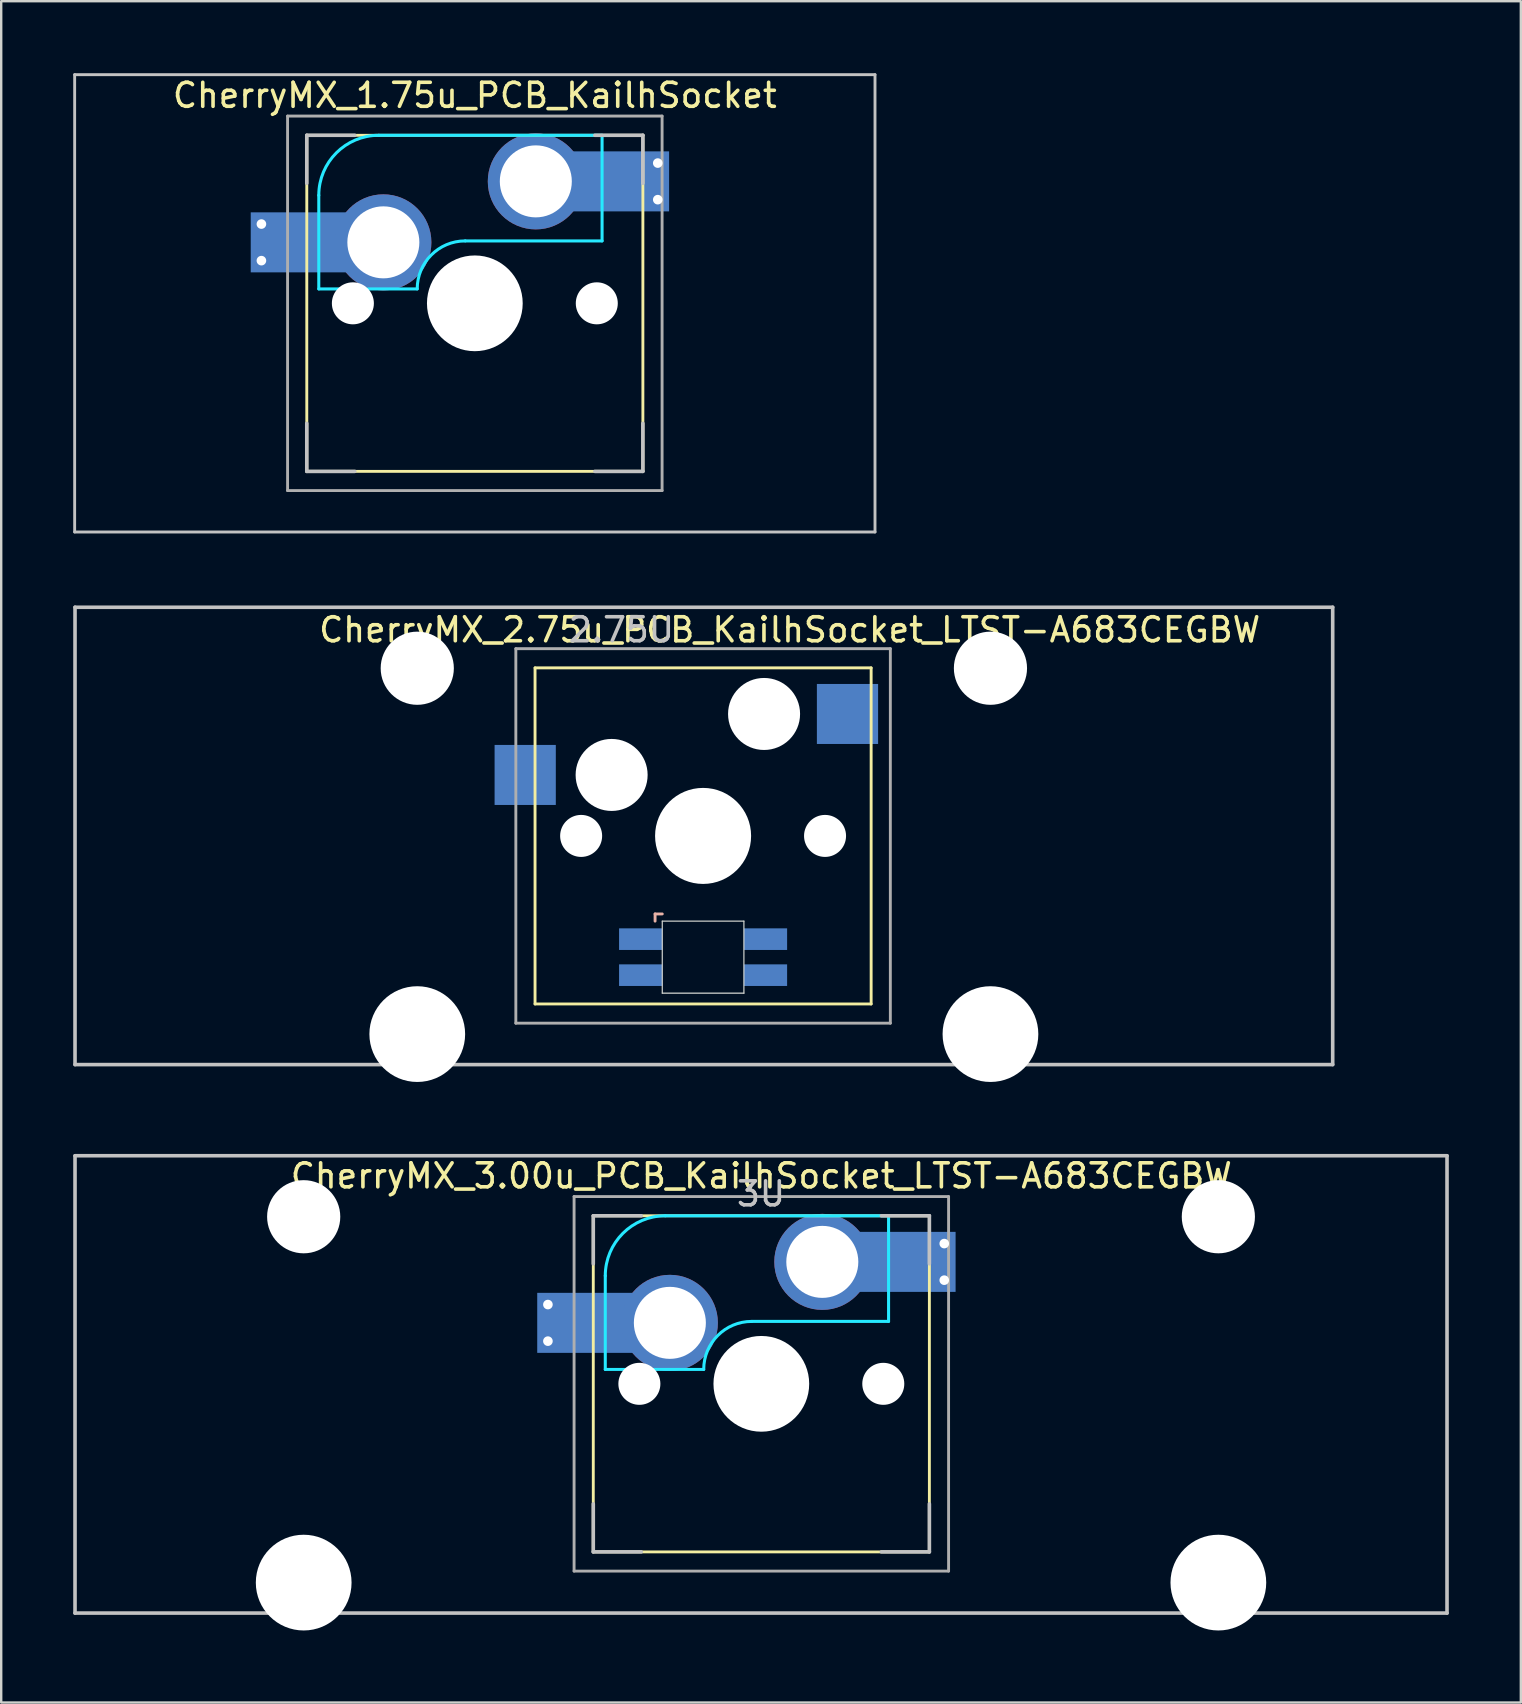
<source format=kicad_pcb>
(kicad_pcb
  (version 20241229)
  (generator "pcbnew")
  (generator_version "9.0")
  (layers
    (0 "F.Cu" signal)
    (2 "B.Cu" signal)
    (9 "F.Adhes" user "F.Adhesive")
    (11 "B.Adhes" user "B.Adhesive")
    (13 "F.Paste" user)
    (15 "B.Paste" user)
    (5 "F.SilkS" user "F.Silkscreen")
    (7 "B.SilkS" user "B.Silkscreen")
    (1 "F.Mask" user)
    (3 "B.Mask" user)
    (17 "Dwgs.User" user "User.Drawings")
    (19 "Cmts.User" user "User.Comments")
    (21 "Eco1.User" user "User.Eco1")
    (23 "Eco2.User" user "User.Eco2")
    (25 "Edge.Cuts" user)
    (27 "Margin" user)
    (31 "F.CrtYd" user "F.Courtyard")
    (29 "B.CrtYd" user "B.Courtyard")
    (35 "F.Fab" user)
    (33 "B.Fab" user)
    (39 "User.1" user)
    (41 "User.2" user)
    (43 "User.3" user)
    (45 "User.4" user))
  (footprint "CherryMX_2.75u_PCB_KailhSocket_LTST-A683CEGBW"
    (layer "F.Cu")
    (at 26.237 31.77)
    (property "Reference" "CherryMX_2.75u_PCB_KailhSocket_LTST-A683CEGBW" (at 3.607 -8.585 0) (layer "F.SilkS") (effects (font (size 1 1) (thickness 0.15))))
    (attr through_hole)
    (fp_line (start -7 -7) (end -7 7) (stroke (width 0.12) (type solid)) (layer "F.SilkS"))
    (fp_line (start -7 -7) (end 7 -7) (stroke (width 0.12) (type solid)) (layer "F.SilkS"))
    (fp_line (start 7 -7) (end 7 7) (stroke (width 0.12) (type solid)) (layer "F.SilkS"))
    (fp_line (start 7 7) (end -7 7) (stroke (width 0.12) (type solid)) (layer "F.SilkS"))
    (fp_line (start -2 3.25) (end -2 3.55) (stroke (width 0.12) (type solid)) (layer "B.SilkS"))
    (fp_line (start -1.7 3.25) (end -2 3.25) (stroke (width 0.12) (type solid)) (layer "B.SilkS"))
    (fp_line (start -26.162 -9.525) (end -26.162 9.525) (stroke (width 0.15) (type solid)) (layer "Dwgs.User"))
    (fp_line (start -26.162 -9.525) (end 26.226 -9.525) (stroke (width 0.15) (type solid)) (layer "Dwgs.User"))
    (fp_line (start -26.162 9.525) (end 26.226 9.525) (stroke (width 0.15) (type solid)) (layer "Dwgs.User"))
    (fp_line (start 26.226 -9.525) (end 26.226 9.525) (stroke (width 0.15) (type solid)) (layer "Dwgs.User"))
    (fp_line (start -1.7 3.55) (end 1.7 3.55) (stroke (width 0.05) (type solid)) (layer "Edge.Cuts"))
    (fp_line (start -1.7 6.55) (end -1.7 3.55) (stroke (width 0.05) (type solid)) (layer "Edge.Cuts"))
    (fp_line (start 1.7 3.55) (end 1.7 6.55) (stroke (width 0.05) (type solid)) (layer "Edge.Cuts"))
    (fp_line (start 1.7 6.55) (end -1.7 6.55) (stroke (width 0.05) (type solid)) (layer "Edge.Cuts"))
    (fp_line (start -7.8 -7.8) (end -7.8 7.8) (stroke (width 0.12) (type solid)) (layer "F.Fab"))
    (fp_line (start -7.8 -7.8) (end 7.8 -7.8) (stroke (width 0.12) (type solid)) (layer "F.Fab"))
    (fp_line (start -7.8 7.8) (end 7.8 7.8) (stroke (width 0.12) (type solid)) (layer "F.Fab"))
    (fp_line (start 7.8 -7.8) (end 7.8 7.8) (stroke (width 0.12) (type solid)) (layer "F.Fab"))
    (fp_text user "2.75U" (at -3.404 -8.585 0) (layer "Dwgs.User") (effects (font (size 1 1) (thickness 0.15))))
    (pad "" np_thru_hole circle (at -11.906 -6.985) (size 3.048 3.048) (drill 3.048) (layers "*.Cu" "*.Mask"))
    (pad "" np_thru_hole circle (at -11.906 8.255) (size 3.988 3.988) (drill 3.988) (layers "*.Cu" "*.Mask"))
    (pad "" np_thru_hole circle (at -5.08 0) (size 1.75 1.75) (drill 1.75) (layers "*.Cu" "*.Mask"))
    (pad "" np_thru_hole circle (at -3.81 -2.54) (size 3 3) (drill 3) (layers "*.Cu" "*.Mask"))
    (pad "" np_thru_hole circle (at 0 0) (size 4 4) (drill 4) (layers "*.Cu" "*.Mask"))
    (pad "" np_thru_hole circle (at 2.54 -5.08) (size 3 3) (drill 3) (layers "*.Cu" "*.Mask"))
    (pad "" np_thru_hole circle (at 5.08 0) (size 1.75 1.75) (drill 1.75) (layers "*.Cu" "*.Mask"))
    (pad "" np_thru_hole circle (at 11.97 -6.985) (size 3.048 3.048) (drill 3.048) (layers "*.Cu" "*.Mask"))
    (pad "" np_thru_hole circle (at 11.97 8.255) (size 3.988 3.988) (drill 3.988) (layers "*.Cu" "*.Mask"))
    (pad "1" smd rect (at -7.41 -2.54) (size 2.55 2.5) (layers "B.Cu" "B.Mask" "B.Paste"))
    (pad "2" smd rect (at 6.015 -5.08) (size 2.55 2.5) (layers "B.Cu" "B.Mask" "B.Paste"))
    (pad "3" smd rect (at -2.6 4.3) (size 1.8 0.9) (layers "B.Cu" "B.Mask" "B.Paste"))
    (pad "4" smd rect (at -2.6 5.8) (size 1.8 0.9) (layers "B.Cu" "B.Mask" "B.Paste"))
    (pad "5" smd rect (at 2.6 4.3) (size 1.8 0.9) (layers "B.Cu" "B.Mask" "B.Paste"))
    (pad "6" smd rect (at 2.6 5.8) (size 1.8 0.9) (layers "B.Cu" "B.Mask" "B.Paste")))
  (footprint "CherryMX_3.00u_PCB_KailhSocket_LTST-A683CEGBW"
    (layer "F.Cu")
    (at 28.663 54.593)
    (property "Reference" "CherryMX_3.00u_PCB_KailhSocket_LTST-A683CEGBW" (at 0 -8.662 0) (layer "F.SilkS") (effects (font (size 1 1) (thickness 0.15))))
    (attr through_hole)
    (fp_line (start -7 -7) (end -7 7) (stroke (width 0.12) (type solid)) (layer "F.SilkS"))
    (fp_line (start -7 -7) (end 7 -7) (stroke (width 0.12) (type solid)) (layer "F.SilkS"))
    (fp_line (start 7 -7) (end 7 7) (stroke (width 0.12) (type solid)) (layer "F.SilkS"))
    (fp_line (start 7 7) (end -7 7) (stroke (width 0.12) (type solid)) (layer "F.SilkS"))
    (fp_line (start -28.588 -9.5) (end 28.562 -9.5) (stroke (width 0.15) (type solid)) (layer "Dwgs.User"))
    (fp_line (start -28.588 9.55) (end -28.588 -9.5) (stroke (width 0.15) (type solid)) (layer "Dwgs.User"))
    (fp_line (start -28.588 9.55) (end 28.562 9.55) (stroke (width 0.15) (type solid)) (layer "Dwgs.User"))
    (fp_line (start -7 -7) (end -7 -5) (stroke (width 0.15) (type solid)) (layer "Dwgs.User"))
    (fp_line (start -7 5) (end -7 7) (stroke (width 0.15) (type solid)) (layer "Dwgs.User"))
    (fp_line (start -7 7) (end -5 7) (stroke (width 0.15) (type solid)) (layer "Dwgs.User"))
    (fp_line (start -5 -7) (end -7 -7) (stroke (width 0.15) (type solid)) (layer "Dwgs.User"))
    (fp_line (start 5 -7) (end 7 -7) (stroke (width 0.15) (type solid)) (layer "Dwgs.User"))
    (fp_line (start 5 7) (end 7 7) (stroke (width 0.15) (type solid)) (layer "Dwgs.User"))
    (fp_line (start 7 -7) (end 7 -5) (stroke (width 0.15) (type solid)) (layer "Dwgs.User"))
    (fp_line (start 7 7) (end 7 5) (stroke (width 0.15) (type solid)) (layer "Dwgs.User"))
    (fp_line (start 28.562 -9.5) (end 28.562 9.55) (stroke (width 0.15) (type solid)) (layer "Dwgs.User"))
    (fp_line (start -6.5 -4.5) (end -6.5 -0.6) (stroke (width 0.127) (type solid)) (layer "B.CrtYd"))
    (fp_line (start -6.5 -0.6) (end -2.4 -0.6) (stroke (width 0.127) (type solid)) (layer "B.CrtYd"))
    (fp_line (start -0.4 -2.6) (end 5.3 -2.6) (stroke (width 0.127) (type solid)) (layer "B.CrtYd"))
    (fp_line (start 5.3 -7) (end -4 -7) (stroke (width 0.127) (type solid)) (layer "B.CrtYd"))
    (fp_line (start 5.3 -7) (end 5.3 -2.6) (stroke (width 0.127) (type solid)) (layer "B.CrtYd"))
    (fp_arc (start -6.5 -4.5) (mid -5.767767 -6.267767) (end -4 -7) (stroke (width 0.127) (type solid)) (layer "B.CrtYd"))
    (fp_arc (start -2.4 -0.6) (mid -1.814214 -2.014214) (end -0.4 -2.6) (stroke (width 0.127) (type solid)) (layer "B.CrtYd"))
    (fp_line (start -7.8 -7.8) (end -7.8 7.8) (stroke (width 0.12) (type solid)) (layer "F.Fab"))
    (fp_line (start -7.8 -7.8) (end 7.8 -7.8) (stroke (width 0.12) (type solid)) (layer "F.Fab"))
    (fp_line (start -7.8 7.8) (end 7.8 7.8) (stroke (width 0.12) (type solid)) (layer "F.Fab"))
    (fp_line (start 7.8 -7.8) (end 7.8 7.8) (stroke (width 0.12) (type solid)) (layer "F.Fab"))
    (fp_text user "3U" (at -0.013 -7.912 0) (layer "Dwgs.User") (effects (font (size 1 1) (thickness 0.15))))
    (pad "" np_thru_hole circle (at -19.063 -6.96) (size 3.048 3.048) (drill 3.048) (layers "*.Cu" "*.Mask"))
    (pad "" np_thru_hole circle (at -19.063 8.28) (size 3.988 3.988) (drill 3.988) (layers "*.Cu" "*.Mask"))
    (pad "" smd rect (at -7.085 -2.54) (size 2.55 2.5) (layers "B.Mask" "B.Paste"))
    (pad "" np_thru_hole circle (at -5.08 0 48.1) (size 1.75 1.75) (drill 1.75) (layers "*.Cu" "*.Mask"))
    (pad "" np_thru_hole circle (at 0 0) (size 3.988 3.988) (drill 3.988) (layers "*.Cu" "*.Mask"))
    (pad "" np_thru_hole circle (at 5.08 0 48.1) (size 1.75 1.75) (drill 1.75) (layers "*.Cu" "*.Mask"))
    (pad "" smd rect (at 5.815 -5.08) (size 2.55 2.5) (layers "B.Mask" "B.Paste"))
    (pad "" np_thru_hole circle (at 19.037 -6.96) (size 3.048 3.048) (drill 3.048) (layers "*.Cu" "*.Mask"))
    (pad "" np_thru_hole circle (at 19.037 8.28) (size 3.988 3.988) (drill 3.988) (layers "*.Cu" "*.Mask"))
    (pad "1" thru_hole circle (at -8.89 -3.302) (size 0.8 0.8) (drill 0.4) (layers "*.Cu"))
    (pad "1" thru_hole circle (at -8.89 -1.778) (size 0.8 0.8) (drill 0.4) (layers "*.Cu"))
    (pad "1" smd rect (at -7.085 -2.54) (size 4.5 2.5) (layers "B.Cu"))
    (pad "1" thru_hole circle (at -3.81 -2.54) (size 4 4) (drill 3) (layers "*.Cu"))
    (pad "2" thru_hole circle (at 2.54 -5.08) (size 4 4) (drill 3) (layers "*.Cu"))
    (pad "2" smd rect (at 5.842 -5.08) (size 4.5 2.5) (layers "B.Cu"))
    (pad "2" thru_hole circle (at 7.62 -5.842) (size 0.8 0.8) (drill 0.4) (layers "*.Cu"))
    (pad "2" thru_hole circle (at 7.62 -4.318) (size 0.8 0.8) (drill 0.4) (layers "*.Cu")))
  (footprint "CherryMX_1.75u_PCB_KailhSocket"
    (layer "F.Cu")
    (at 16.729 9.585)
    (property "Reference" "CherryMX_1.75u_PCB_KailhSocket" (at 0 -8.662 0) (layer "F.SilkS") (effects (font (size 1 1) (thickness 0.15))))
    (attr through_hole)
    (fp_line (start -7 -7) (end -7 7) (stroke (width 0.12) (type solid)) (layer "F.SilkS"))
    (fp_line (start -7 -7) (end 7 -7) (stroke (width 0.12) (type solid)) (layer "F.SilkS"))
    (fp_line (start 7 -7) (end 7 7) (stroke (width 0.12) (type solid)) (layer "F.SilkS"))
    (fp_line (start 7 7) (end -7 7) (stroke (width 0.12) (type solid)) (layer "F.SilkS"))
    (fp_line (start -16.669 -9.525) (end 16.669 -9.525) (stroke (width 0.12) (type solid)) (layer "Dwgs.User"))
    (fp_line (start -16.669 9.525) (end -16.669 -9.525) (stroke (width 0.12) (type solid)) (layer "Dwgs.User"))
    (fp_line (start -7 -7) (end -7 -5) (stroke (width 0.15) (type solid)) (layer "Dwgs.User"))
    (fp_line (start -7 5) (end -7 7) (stroke (width 0.15) (type solid)) (layer "Dwgs.User"))
    (fp_line (start -7 7) (end -5 7) (stroke (width 0.15) (type solid)) (layer "Dwgs.User"))
    (fp_line (start -5 -7) (end -7 -7) (stroke (width 0.15) (type solid)) (layer "Dwgs.User"))
    (fp_line (start 5 -7) (end 7 -7) (stroke (width 0.15) (type solid)) (layer "Dwgs.User"))
    (fp_line (start 5 7) (end 7 7) (stroke (width 0.15) (type solid)) (layer "Dwgs.User"))
    (fp_line (start 7 -7) (end 7 -5) (stroke (width 0.15) (type solid)) (layer "Dwgs.User"))
    (fp_line (start 7 7) (end 7 5) (stroke (width 0.15) (type solid)) (layer "Dwgs.User"))
    (fp_line (start 16.669 -9.525) (end 16.669 9.525) (stroke (width 0.12) (type solid)) (layer "Dwgs.User"))
    (fp_line (start 16.669 9.525) (end -16.669 9.525) (stroke (width 0.12) (type solid)) (layer "Dwgs.User"))
    (fp_line (start -6.5 -4.5) (end -6.5 -0.6) (stroke (width 0.127) (type solid)) (layer "B.CrtYd"))
    (fp_line (start -6.5 -0.6) (end -2.4 -0.6) (stroke (width 0.127) (type solid)) (layer "B.CrtYd"))
    (fp_line (start -0.4 -2.6) (end 5.3 -2.6) (stroke (width 0.127) (type solid)) (layer "B.CrtYd"))
    (fp_line (start 5.3 -7) (end -4 -7) (stroke (width 0.127) (type solid)) (layer "B.CrtYd"))
    (fp_line (start 5.3 -7) (end 5.3 -2.6) (stroke (width 0.127) (type solid)) (layer "B.CrtYd"))
    (fp_arc (start -6.5 -4.5) (mid -5.767767 -6.267767) (end -4 -7) (stroke (width 0.127) (type solid)) (layer "B.CrtYd"))
    (fp_arc (start -2.4 -0.6) (mid -1.814214 -2.014214) (end -0.4 -2.6) (stroke (width 0.127) (type solid)) (layer "B.CrtYd"))
    (fp_line (start -7.8 -7.8) (end -7.8 7.8) (stroke (width 0.12) (type solid)) (layer "F.Fab"))
    (fp_line (start -7.8 -7.8) (end 7.8 -7.8) (stroke (width 0.12) (type solid)) (layer "F.Fab"))
    (fp_line (start -7.8 7.8) (end 7.8 7.8) (stroke (width 0.12) (type solid)) (layer "F.Fab"))
    (fp_line (start 7.8 -7.8) (end 7.8 7.8) (stroke (width 0.12) (type solid)) (layer "F.Fab"))
    (pad "" smd rect (at -7.085 -2.54) (size 2.55 2.5) (layers "B.Mask" "B.Paste"))
    (pad "" np_thru_hole circle (at -5.08 0 48.1) (size 1.75 1.75) (drill 1.75) (layers "*.Cu" "*.Mask"))
    (pad "" np_thru_hole circle (at 0 0) (size 3.988 3.988) (drill 3.988) (layers "*.Cu" "*.Mask"))
    (pad "" np_thru_hole circle (at 5.08 0 48.1) (size 1.75 1.75) (drill 1.75) (layers "*.Cu" "*.Mask"))
    (pad "" smd rect (at 5.815 -5.08) (size 2.55 2.5) (layers "B.Mask" "B.Paste"))
    (pad "1" thru_hole circle (at -8.89 -3.302) (size 0.8 0.8) (drill 0.4) (layers "*.Cu"))
    (pad "1" thru_hole circle (at -8.89 -1.778) (size 0.8 0.8) (drill 0.4) (layers "*.Cu"))
    (pad "1" smd rect (at -7.085 -2.54) (size 4.5 2.5) (layers "B.Cu"))
    (pad "1" thru_hole circle (at -3.81 -2.54) (size 4 4) (drill 3) (layers "*.Cu"))
    (pad "2" thru_hole circle (at 2.54 -5.08) (size 4 4) (drill 3) (layers "*.Cu"))
    (pad "2" smd rect (at 5.842 -5.08) (size 4.5 2.5) (layers "B.Cu"))
    (pad "2" thru_hole circle (at 7.62 -5.842) (size 0.8 0.8) (drill 0.4) (layers "*.Cu"))
    (pad "2" thru_hole circle (at 7.62 -4.318) (size 0.8 0.8) (drill 0.4) (layers "*.Cu")))
  (gr_rect
    (start -3 -3)
    (end 60.3 67.868)
    (stroke (width 0.1) (type default))
    (fill no)
    (layer "Edge.Cuts")))
</source>
